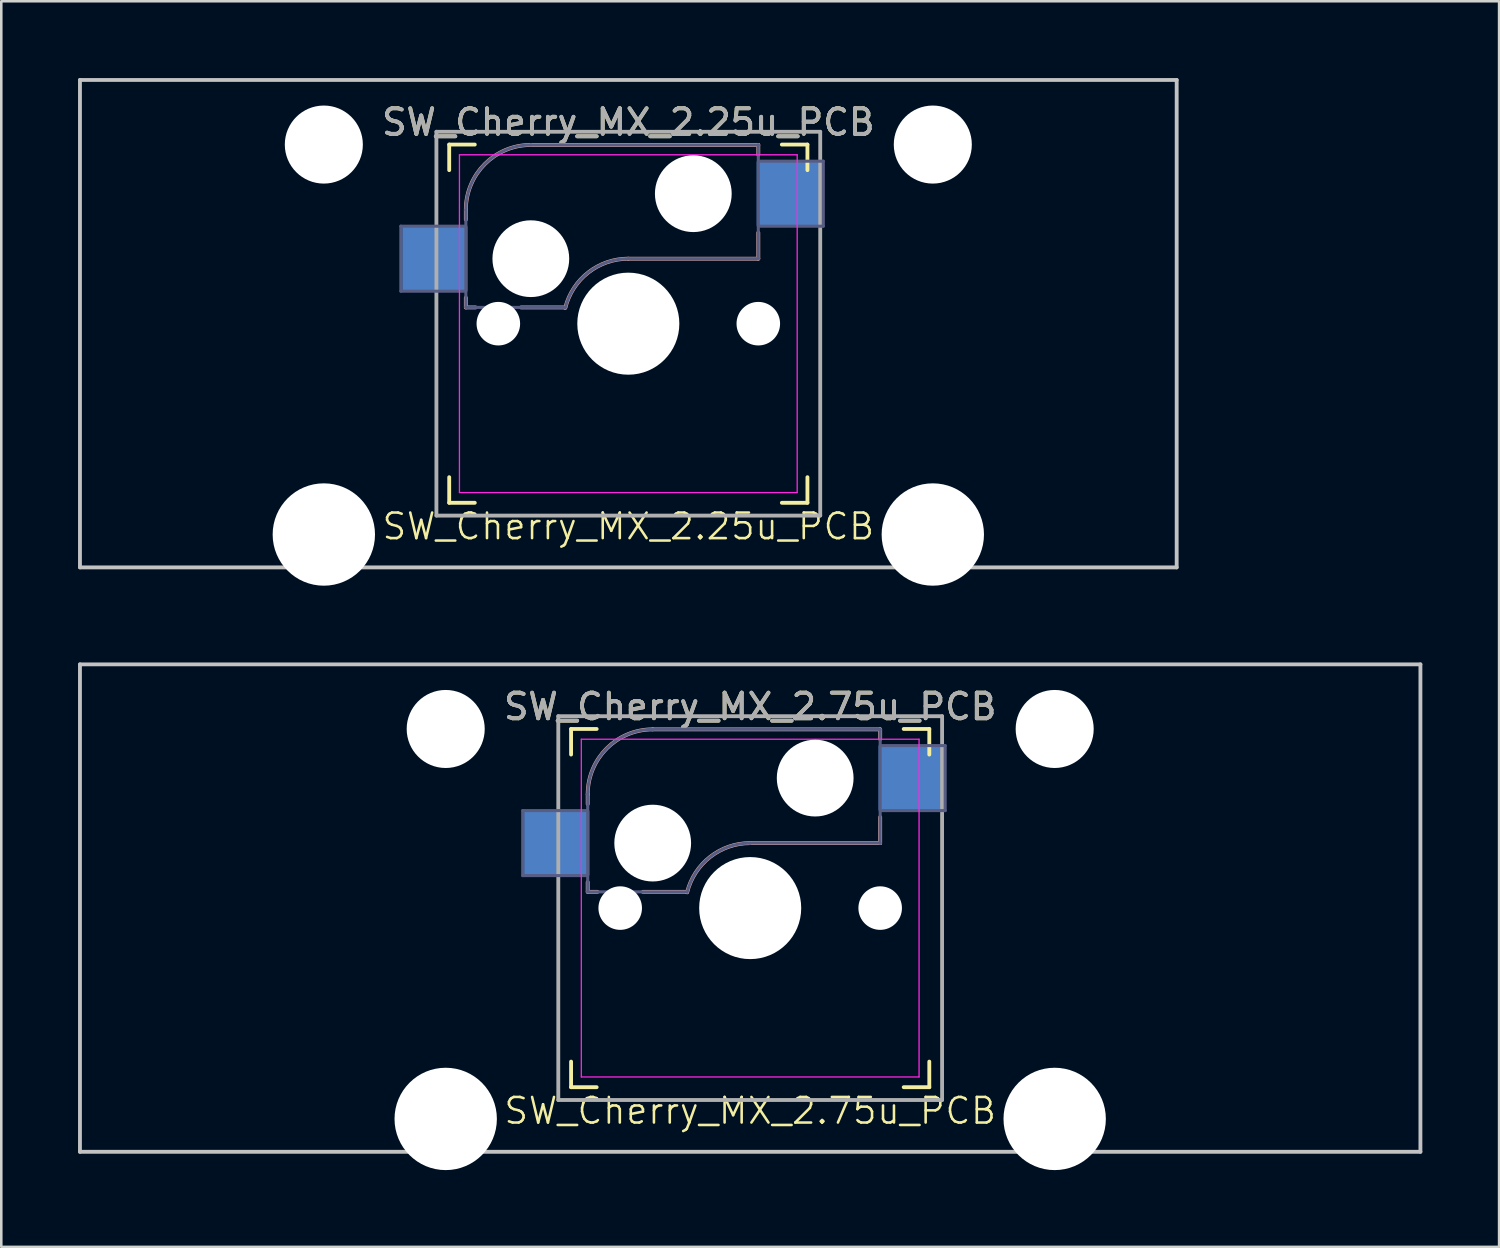
<source format=kicad_pcb>
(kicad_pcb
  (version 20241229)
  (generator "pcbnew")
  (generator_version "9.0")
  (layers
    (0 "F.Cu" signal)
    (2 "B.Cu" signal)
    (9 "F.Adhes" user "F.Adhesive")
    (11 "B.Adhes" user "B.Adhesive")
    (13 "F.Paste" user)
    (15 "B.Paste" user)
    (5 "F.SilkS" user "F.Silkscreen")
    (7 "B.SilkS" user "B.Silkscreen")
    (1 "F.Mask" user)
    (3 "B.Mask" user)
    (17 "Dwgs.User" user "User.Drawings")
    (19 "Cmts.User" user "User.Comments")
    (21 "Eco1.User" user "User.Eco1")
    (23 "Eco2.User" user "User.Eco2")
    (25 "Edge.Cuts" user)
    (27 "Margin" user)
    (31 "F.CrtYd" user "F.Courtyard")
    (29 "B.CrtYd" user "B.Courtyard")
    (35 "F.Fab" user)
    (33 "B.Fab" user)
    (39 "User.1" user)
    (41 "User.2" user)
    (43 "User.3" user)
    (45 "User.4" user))
  (footprint "SW_Cherry_MX_2.25u_PCB"
    (layer "F.Cu")
    (at 21.506 9.6)
    (property "Reference" "SW_Cherry_MX_2.25u_PCB" (at 0 -7.874 0) (layer "F.SilkS") (effects (font (size 1 1) (thickness 0.15))))
    (property "Value" "SW_Cherry_MX_2.25u_PCB" (at 0 7.874 0) (layer "F.Fab") (hide yes) (effects (font (size 1 1) (thickness 0.15))))
    (attr through_hole)
    (fp_line (start -7 -6) (end -7 -7) (stroke (width 0.15) (type solid)) (layer "F.SilkS"))
    (fp_line (start -7 7) (end -7 6) (stroke (width 0.15) (type solid)) (layer "F.SilkS"))
    (fp_line (start -7 7) (end -6 7) (stroke (width 0.15) (type solid)) (layer "F.SilkS"))
    (fp_line (start -6 -7) (end -7 -7) (stroke (width 0.15) (type solid)) (layer "F.SilkS"))
    (fp_line (start 6 7) (end 7 7) (stroke (width 0.15) (type solid)) (layer "F.SilkS"))
    (fp_line (start 7 -7) (end 6 -7) (stroke (width 0.15) (type solid)) (layer "F.SilkS"))
    (fp_line (start 7 -7) (end 7 -6) (stroke (width 0.15) (type solid)) (layer "F.SilkS"))
    (fp_line (start 7 6) (end 7 7) (stroke (width 0.15) (type solid)) (layer "F.SilkS"))
    (fp_line (start -6.35 -4.445) (end -6.35 -4.064) (stroke (width 0.15) (type solid)) (layer "B.SilkS"))
    (fp_line (start -6.35 -1.016) (end -6.35 -0.635) (stroke (width 0.15) (type solid)) (layer "B.SilkS"))
    (fp_line (start -5.969 -0.635) (end -6.35 -0.635) (stroke (width 0.15) (type solid)) (layer "B.SilkS"))
    (fp_line (start -3.81 -6.985) (end 5.08 -6.985) (stroke (width 0.15) (type solid)) (layer "B.SilkS"))
    (fp_line (start -2.464 -0.635) (end -4.191 -0.635) (stroke (width 0.15) (type solid)) (layer "B.SilkS"))
    (fp_line (start 5.08 -6.985) (end 5.08 -6.604) (stroke (width 0.15) (type solid)) (layer "B.SilkS"))
    (fp_line (start 5.08 -3.556) (end 5.08 -2.54) (stroke (width 0.15) (type solid)) (layer "B.SilkS"))
    (fp_line (start 5.08 -2.54) (end 0 -2.54) (stroke (width 0.15) (type solid)) (layer "B.SilkS"))
    (fp_arc (start -6.35 -4.445) (mid -5.606051 -6.241051) (end -3.81 -6.985) (stroke (width 0.15) (type solid)) (layer "B.SilkS"))
    (fp_arc (start -2.464162 -0.61604) (mid -1.563147 -2.002042) (end 0 -2.54) (stroke (width 0.15) (type solid)) (layer "B.SilkS"))
    (fp_line (start -21.431 -9.525) (end 21.431 -9.525) (stroke (width 0.15) (type solid)) (layer "Dwgs.User"))
    (fp_line (start -21.431 9.525) (end -21.431 -9.525) (stroke (width 0.15) (type solid)) (layer "Dwgs.User"))
    (fp_line (start 21.431 -9.525) (end 21.431 9.525) (stroke (width 0.15) (type solid)) (layer "Dwgs.User"))
    (fp_line (start 21.431 9.525) (end -21.431 9.525) (stroke (width 0.15) (type solid)) (layer "Dwgs.User"))
    (fp_line (start -6.9 6.9) (end -6.9 -6.9) (stroke (width 0.15) (type solid)) (layer "Eco2.User"))
    (fp_line (start -6.9 6.9) (end 6.9 6.9) (stroke (width 0.15) (type solid)) (layer "Eco2.User"))
    (fp_line (start 6.9 -6.9) (end -6.9 -6.9) (stroke (width 0.15) (type solid)) (layer "Eco2.User"))
    (fp_line (start 6.9 -6.9) (end 6.9 6.9) (stroke (width 0.15) (type solid)) (layer "Eco2.User"))
    (fp_line (start -6.6 -6.6) (end 6.6 -6.6) (stroke (width 0.05) (type solid)) (layer "F.CrtYd"))
    (fp_line (start -6.6 6.6) (end -6.6 -6.6) (stroke (width 0.05) (type solid)) (layer "F.CrtYd"))
    (fp_line (start 6.6 -6.6) (end 6.6 6.6) (stroke (width 0.05) (type solid)) (layer "F.CrtYd"))
    (fp_line (start 6.6 6.6) (end -6.6 6.6) (stroke (width 0.05) (type solid)) (layer "F.CrtYd"))
    (fp_line (start -8.89 -3.81) (end -6.35 -3.81) (stroke (width 0.12) (type solid)) (layer "B.Fab"))
    (fp_line (start -8.89 -1.27) (end -8.89 -3.81) (stroke (width 0.12) (type solid)) (layer "B.Fab"))
    (fp_line (start -6.35 -1.27) (end -8.89 -1.27) (stroke (width 0.12) (type solid)) (layer "B.Fab"))
    (fp_line (start -6.35 -0.635) (end -6.35 -4.445) (stroke (width 0.12) (type solid)) (layer "B.Fab"))
    (fp_line (start -6.35 -0.635) (end -2.54 -0.635) (stroke (width 0.12) (type solid)) (layer "B.Fab"))
    (fp_line (start -3.81 -6.985) (end 5.08 -6.985) (stroke (width 0.12) (type solid)) (layer "B.Fab"))
    (fp_line (start 5.08 -6.985) (end 5.08 -2.54) (stroke (width 0.12) (type solid)) (layer "B.Fab"))
    (fp_line (start 5.08 -6.35) (end 7.62 -6.35) (stroke (width 0.12) (type solid)) (layer "B.Fab"))
    (fp_line (start 5.08 -2.54) (end 0 -2.54) (stroke (width 0.12) (type solid)) (layer "B.Fab"))
    (fp_line (start 7.62 -6.35) (end 7.62 -3.81) (stroke (width 0.12) (type solid)) (layer "B.Fab"))
    (fp_line (start 7.62 -3.81) (end 5.08 -3.81) (stroke (width 0.12) (type solid)) (layer "B.Fab"))
    (fp_arc (start -6.35 -4.445) (mid -5.606051 -6.241051) (end -3.81 -6.985) (stroke (width 0.12) (type solid)) (layer "B.Fab"))
    (fp_arc (start -2.464162 -0.61604) (mid -1.563147 -2.002042) (end 0 -2.54) (stroke (width 0.12) (type solid)) (layer "B.Fab"))
    (fp_line (start -7.5 -7.5) (end 7.5 -7.5) (stroke (width 0.15) (type solid)) (layer "F.Fab"))
    (fp_line (start -7.5 7.5) (end -7.5 -7.5) (stroke (width 0.15) (type solid)) (layer "F.Fab"))
    (fp_line (start 7.5 -7.5) (end 7.5 7.5) (stroke (width 0.15) (type solid)) (layer "F.Fab"))
    (fp_line (start 7.5 7.5) (end -7.5 7.5) (stroke (width 0.15) (type solid)) (layer "F.Fab"))
    (fp_text user "${VALUE}" (at 0 8.508 0) (unlocked yes) (layer "F.SilkS") (effects (font (size 1 1) (thickness 0.1)) (justify bottom)))
    (fp_text user "${REFERENCE}" (at 0 -7.874 0) (layer "F.Fab") (effects (font (size 1 1) (thickness 0.15))))
    (pad "" np_thru_hole circle (at -11.9 -7) (size 3.05 3.05) (drill 3.05) (layers "*.Cu" "*.Mask"))
    (pad "" np_thru_hole circle (at -11.9 8.24) (size 4 4) (drill 4) (layers "*.Cu" "*.Mask"))
    (pad "" np_thru_hole circle (at -5.08 0) (size 1.702 1.702) (drill 1.702) (layers "*.Cu" "*.Mask"))
    (pad "" np_thru_hole circle (at -3.81 -2.54) (size 3 3) (drill 3) (layers "*.Cu" "*.Mask"))
    (pad "" np_thru_hole circle (at 0 0) (size 3.988 3.988) (drill 3.988) (layers "*.Cu" "*.Mask"))
    (pad "" np_thru_hole circle (at 2.54 -5.08) (size 3 3) (drill 3) (layers "*.Cu" "*.Mask"))
    (pad "" np_thru_hole circle (at 5.08 0) (size 1.702 1.702) (drill 1.702) (layers "*.Cu" "*.Mask"))
    (pad "" np_thru_hole circle (at 11.9 -7) (size 3.05 3.05) (drill 3.05) (layers "*.Cu" "*.Mask"))
    (pad "" np_thru_hole circle (at 11.9 8.24) (size 4 4) (drill 4) (layers "*.Cu" "*.Mask"))
    (pad "1" smd rect (at 6.29 -5.08) (size 2.55 2.5) (layers "B.Cu" "B.Mask" "B.Paste"))
    (pad "2" smd rect (at -7.56 -2.54) (size 2.55 2.5) (layers "B.Cu" "B.Mask" "B.Paste")))
  (footprint "SW_Cherry_MX_2.75u_PCB"
    (layer "F.Cu")
    (at 26.269 32.44)
    (property "Reference" "SW_Cherry_MX_2.75u_PCB" (at 0 -7.874 0) (layer "F.SilkS") (effects (font (size 1 1) (thickness 0.15))))
    (property "Value" "SW_Cherry_MX_2.75u_PCB" (at 0 7.874 0) (layer "F.Fab") (hide yes) (effects (font (size 1 1) (thickness 0.15))))
    (attr through_hole)
    (fp_line (start -7 -6) (end -7 -7) (stroke (width 0.15) (type solid)) (layer "F.SilkS"))
    (fp_line (start -7 7) (end -7 6) (stroke (width 0.15) (type solid)) (layer "F.SilkS"))
    (fp_line (start -7 7) (end -6 7) (stroke (width 0.15) (type solid)) (layer "F.SilkS"))
    (fp_line (start -6 -7) (end -7 -7) (stroke (width 0.15) (type solid)) (layer "F.SilkS"))
    (fp_line (start 6 7) (end 7 7) (stroke (width 0.15) (type solid)) (layer "F.SilkS"))
    (fp_line (start 7 -7) (end 6 -7) (stroke (width 0.15) (type solid)) (layer "F.SilkS"))
    (fp_line (start 7 -7) (end 7 -6) (stroke (width 0.15) (type solid)) (layer "F.SilkS"))
    (fp_line (start 7 6) (end 7 7) (stroke (width 0.15) (type solid)) (layer "F.SilkS"))
    (fp_line (start -6.35 -4.445) (end -6.35 -4.064) (stroke (width 0.15) (type solid)) (layer "B.SilkS"))
    (fp_line (start -6.35 -1.016) (end -6.35 -0.635) (stroke (width 0.15) (type solid)) (layer "B.SilkS"))
    (fp_line (start -5.969 -0.635) (end -6.35 -0.635) (stroke (width 0.15) (type solid)) (layer "B.SilkS"))
    (fp_line (start -3.81 -6.985) (end 5.08 -6.985) (stroke (width 0.15) (type solid)) (layer "B.SilkS"))
    (fp_line (start -2.464 -0.635) (end -4.191 -0.635) (stroke (width 0.15) (type solid)) (layer "B.SilkS"))
    (fp_line (start 5.08 -6.985) (end 5.08 -6.604) (stroke (width 0.15) (type solid)) (layer "B.SilkS"))
    (fp_line (start 5.08 -3.556) (end 5.08 -2.54) (stroke (width 0.15) (type solid)) (layer "B.SilkS"))
    (fp_line (start 5.08 -2.54) (end 0 -2.54) (stroke (width 0.15) (type solid)) (layer "B.SilkS"))
    (fp_arc (start -6.35 -4.445) (mid -5.606051 -6.241051) (end -3.81 -6.985) (stroke (width 0.15) (type solid)) (layer "B.SilkS"))
    (fp_arc (start -2.464162 -0.61604) (mid -1.563147 -2.002042) (end 0 -2.54) (stroke (width 0.15) (type solid)) (layer "B.SilkS"))
    (fp_line (start -26.194 -9.525) (end 26.194 -9.525) (stroke (width 0.15) (type solid)) (layer "Dwgs.User"))
    (fp_line (start -26.194 9.525) (end -26.194 -9.525) (stroke (width 0.15) (type solid)) (layer "Dwgs.User"))
    (fp_line (start 26.194 -9.525) (end 26.194 9.525) (stroke (width 0.15) (type solid)) (layer "Dwgs.User"))
    (fp_line (start 26.194 9.525) (end -26.194 9.525) (stroke (width 0.15) (type solid)) (layer "Dwgs.User"))
    (fp_line (start -6.9 6.9) (end -6.9 -6.9) (stroke (width 0.15) (type solid)) (layer "Eco2.User"))
    (fp_line (start -6.9 6.9) (end 6.9 6.9) (stroke (width 0.15) (type solid)) (layer "Eco2.User"))
    (fp_line (start 6.9 -6.9) (end -6.9 -6.9) (stroke (width 0.15) (type solid)) (layer "Eco2.User"))
    (fp_line (start 6.9 -6.9) (end 6.9 6.9) (stroke (width 0.15) (type solid)) (layer "Eco2.User"))
    (fp_line (start -6.6 -6.6) (end 6.6 -6.6) (stroke (width 0.05) (type solid)) (layer "F.CrtYd"))
    (fp_line (start -6.6 6.6) (end -6.6 -6.6) (stroke (width 0.05) (type solid)) (layer "F.CrtYd"))
    (fp_line (start 6.6 -6.6) (end 6.6 6.6) (stroke (width 0.05) (type solid)) (layer "F.CrtYd"))
    (fp_line (start 6.6 6.6) (end -6.6 6.6) (stroke (width 0.05) (type solid)) (layer "F.CrtYd"))
    (fp_line (start -8.89 -3.81) (end -6.35 -3.81) (stroke (width 0.12) (type solid)) (layer "B.Fab"))
    (fp_line (start -8.89 -1.27) (end -8.89 -3.81) (stroke (width 0.12) (type solid)) (layer "B.Fab"))
    (fp_line (start -6.35 -1.27) (end -8.89 -1.27) (stroke (width 0.12) (type solid)) (layer "B.Fab"))
    (fp_line (start -6.35 -0.635) (end -6.35 -4.445) (stroke (width 0.12) (type solid)) (layer "B.Fab"))
    (fp_line (start -6.35 -0.635) (end -2.54 -0.635) (stroke (width 0.12) (type solid)) (layer "B.Fab"))
    (fp_line (start -3.81 -6.985) (end 5.08 -6.985) (stroke (width 0.12) (type solid)) (layer "B.Fab"))
    (fp_line (start 5.08 -6.985) (end 5.08 -2.54) (stroke (width 0.12) (type solid)) (layer "B.Fab"))
    (fp_line (start 5.08 -6.35) (end 7.62 -6.35) (stroke (width 0.12) (type solid)) (layer "B.Fab"))
    (fp_line (start 5.08 -2.54) (end 0 -2.54) (stroke (width 0.12) (type solid)) (layer "B.Fab"))
    (fp_line (start 7.62 -6.35) (end 7.62 -3.81) (stroke (width 0.12) (type solid)) (layer "B.Fab"))
    (fp_line (start 7.62 -3.81) (end 5.08 -3.81) (stroke (width 0.12) (type solid)) (layer "B.Fab"))
    (fp_arc (start -6.35 -4.445) (mid -5.606051 -6.241051) (end -3.81 -6.985) (stroke (width 0.12) (type solid)) (layer "B.Fab"))
    (fp_arc (start -2.464162 -0.61604) (mid -1.563147 -2.002042) (end 0 -2.54) (stroke (width 0.12) (type solid)) (layer "B.Fab"))
    (fp_line (start -7.5 -7.5) (end 7.5 -7.5) (stroke (width 0.15) (type solid)) (layer "F.Fab"))
    (fp_line (start -7.5 7.5) (end -7.5 -7.5) (stroke (width 0.15) (type solid)) (layer "F.Fab"))
    (fp_line (start 7.5 -7.5) (end 7.5 7.5) (stroke (width 0.15) (type solid)) (layer "F.Fab"))
    (fp_line (start 7.5 7.5) (end -7.5 7.5) (stroke (width 0.15) (type solid)) (layer "F.Fab"))
    (fp_text user "${VALUE}" (at 0 8.508 0) (unlocked yes) (layer "F.SilkS") (effects (font (size 1 1) (thickness 0.1)) (justify bottom)))
    (fp_text user "${REFERENCE}" (at 0 -7.874 0) (layer "F.Fab") (effects (font (size 1 1) (thickness 0.15))))
    (pad "" np_thru_hole circle (at -11.9 -7) (size 3.05 3.05) (drill 3.05) (layers "*.Cu" "*.Mask"))
    (pad "" np_thru_hole circle (at -11.9 8.24) (size 4 4) (drill 4) (layers "*.Cu" "*.Mask"))
    (pad "" np_thru_hole circle (at -5.08 0) (size 1.702 1.702) (drill 1.702) (layers "*.Cu" "*.Mask"))
    (pad "" np_thru_hole circle (at -3.81 -2.54) (size 3 3) (drill 3) (layers "*.Cu" "*.Mask"))
    (pad "" np_thru_hole circle (at 0 0) (size 3.988 3.988) (drill 3.988) (layers "*.Cu" "*.Mask"))
    (pad "" np_thru_hole circle (at 2.54 -5.08) (size 3 3) (drill 3) (layers "*.Cu" "*.Mask"))
    (pad "" np_thru_hole circle (at 5.08 0) (size 1.702 1.702) (drill 1.702) (layers "*.Cu" "*.Mask"))
    (pad "" np_thru_hole circle (at 11.9 -7) (size 3.05 3.05) (drill 3.05) (layers "*.Cu" "*.Mask"))
    (pad "" np_thru_hole circle (at 11.9 8.24) (size 4 4) (drill 4) (layers "*.Cu" "*.Mask"))
    (pad "1" smd rect (at 6.29 -5.08) (size 2.55 2.5) (layers "B.Cu" "B.Mask" "B.Paste"))
    (pad "2" smd rect (at -7.56 -2.54) (size 2.55 2.5) (layers "B.Cu" "B.Mask" "B.Paste")))
  (gr_rect
    (start -3 -3)
    (end 55.538 45.68)
    (stroke (width 0.1) (type default))
    (fill no)
    (layer "Edge.Cuts")))
</source>
